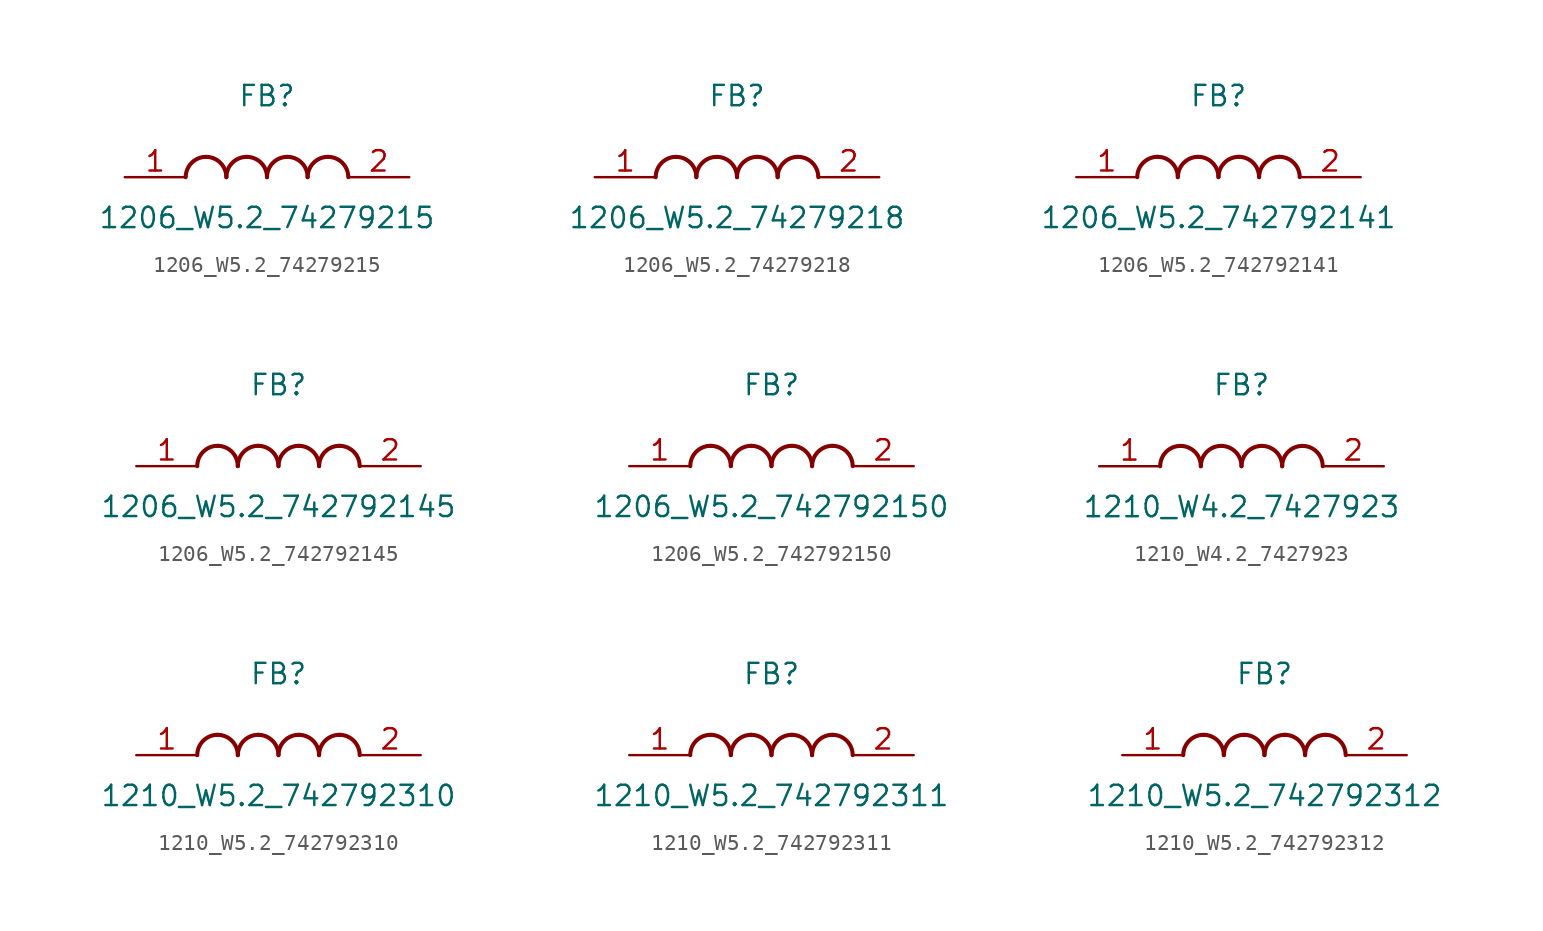
<source format=kicad_sym>
(kicad_symbol_lib
  (version 20211014)
  (generator kicad_symbol_editor)
  (symbol "Ferrite_Wurth_WE-CBF:1206_W5.2_74279215"
    (pin_names hide)
    (property "Reference" "FB"
      (at 0 5.08 0)
      (effects (font (size 1.27 1.27))))
    (property "Value" "1206_W5.2_74279215"
      (at 0 -2.54 0)
      (effects (font (size 1.27 1.27))))
    (symbol "1206_W5.2_74279215_0_1"
      (arc (start -3.81 1.27) (mid -4.708 0.898) (end -5.08 0) (stroke (width 0.254) (type default)) (fill (type none)))
      (arc (start -2.54 0) (mid -2.912 0.898) (end -3.81 1.27) (stroke (width 0.254) (type default)) (fill (type none)))
      (arc (start -1.2699 1.2701) (mid -2.1679 0.8981) (end -2.5399 0.0001) (stroke (width 0.254) (type default)) (fill (type none)))
      (arc (start 0.0001 0.0001) (mid -0.3719 0.8981) (end -1.2699 1.2701) (stroke (width 0.254) (type default)) (fill (type none)))
      (arc (start 1.2701 1.2701) (mid 0.3721 0.8981) (end 0.0001 0.0001) (stroke (width 0.254) (type default)) (fill (type none)))
      (arc (start 2.5401 0.0001) (mid 2.1681 0.8981) (end 1.2701 1.2701) (stroke (width 0.254) (type default)) (fill (type none)))
      (arc (start 3.8101 1.2701) (mid 2.9121 0.8981) (end 2.5401 0.0001) (stroke (width 0.254) (type default)) (fill (type none)))
      (arc (start 5.0801 0.0001) (mid 4.7081 0.8981) (end 3.8101 1.2701) (stroke (width 0.254) (type default)) (fill (type none))))
    (symbol "1206_W5.2_74279215_1_1"
      (pin passive line (at -8.89 0 0) (length 3.81) (name "1" (effects (font (size 1.27 1.27)))) (number "1" (effects (font (size 1.27 1.27)))))
      (pin passive line (at 8.89 0 180) (length 3.81) (name "2" (effects (font (size 1.27 1.27)))) (number "2" (effects (font (size 1.27 1.27)))))))
  (symbol "Ferrite_Wurth_WE-CBF:1206_W5.2_74279218"
    (pin_names hide)
    (property "Reference" "FB"
      (at 0 5.08 0)
      (effects (font (size 1.27 1.27))))
    (property "Value" "1206_W5.2_74279218"
      (at 0 -2.54 0)
      (effects (font (size 1.27 1.27))))
    (symbol "1206_W5.2_74279218_0_1"
      (arc (start -3.81 1.27) (mid -4.708 0.898) (end -5.08 0) (stroke (width 0.254) (type default)) (fill (type none)))
      (arc (start -2.54 0) (mid -2.912 0.898) (end -3.81 1.27) (stroke (width 0.254) (type default)) (fill (type none)))
      (arc (start -1.2699 1.2701) (mid -2.1679 0.8981) (end -2.5399 0.0001) (stroke (width 0.254) (type default)) (fill (type none)))
      (arc (start 0.0001 0.0001) (mid -0.3719 0.8981) (end -1.2699 1.2701) (stroke (width 0.254) (type default)) (fill (type none)))
      (arc (start 1.2701 1.2701) (mid 0.3721 0.8981) (end 0.0001 0.0001) (stroke (width 0.254) (type default)) (fill (type none)))
      (arc (start 2.5401 0.0001) (mid 2.1681 0.8981) (end 1.2701 1.2701) (stroke (width 0.254) (type default)) (fill (type none)))
      (arc (start 3.8101 1.2701) (mid 2.9121 0.8981) (end 2.5401 0.0001) (stroke (width 0.254) (type default)) (fill (type none)))
      (arc (start 5.0801 0.0001) (mid 4.7081 0.8981) (end 3.8101 1.2701) (stroke (width 0.254) (type default)) (fill (type none))))
    (symbol "1206_W5.2_74279218_1_1"
      (pin passive line (at -8.89 0 0) (length 3.81) (name "1" (effects (font (size 1.27 1.27)))) (number "1" (effects (font (size 1.27 1.27)))))
      (pin passive line (at 8.89 0 180) (length 3.81) (name "2" (effects (font (size 1.27 1.27)))) (number "2" (effects (font (size 1.27 1.27)))))))
  (symbol "Ferrite_Wurth_WE-CBF:1206_W5.2_742792141"
    (pin_names hide)
    (property "Reference" "FB"
      (at 0 5.08 0)
      (effects (font (size 1.27 1.27))))
    (property "Value" "1206_W5.2_742792141"
      (at 0 -2.54 0)
      (effects (font (size 1.27 1.27))))
    (symbol "1206_W5.2_742792141_0_1"
      (arc (start -3.81 1.27) (mid -4.708 0.898) (end -5.08 0) (stroke (width 0.254) (type default)) (fill (type none)))
      (arc (start -2.54 0) (mid -2.912 0.898) (end -3.81 1.27) (stroke (width 0.254) (type default)) (fill (type none)))
      (arc (start -1.2699 1.2701) (mid -2.1679 0.8981) (end -2.5399 0.0001) (stroke (width 0.254) (type default)) (fill (type none)))
      (arc (start 0.0001 0.0001) (mid -0.3719 0.8981) (end -1.2699 1.2701) (stroke (width 0.254) (type default)) (fill (type none)))
      (arc (start 1.2701 1.2701) (mid 0.3721 0.8981) (end 0.0001 0.0001) (stroke (width 0.254) (type default)) (fill (type none)))
      (arc (start 2.5401 0.0001) (mid 2.1681 0.8981) (end 1.2701 1.2701) (stroke (width 0.254) (type default)) (fill (type none)))
      (arc (start 3.8101 1.2701) (mid 2.9121 0.8981) (end 2.5401 0.0001) (stroke (width 0.254) (type default)) (fill (type none)))
      (arc (start 5.0801 0.0001) (mid 4.7081 0.8981) (end 3.8101 1.2701) (stroke (width 0.254) (type default)) (fill (type none))))
    (symbol "1206_W5.2_742792141_1_1"
      (pin passive line (at -8.89 0 0) (length 3.81) (name "1" (effects (font (size 1.27 1.27)))) (number "1" (effects (font (size 1.27 1.27)))))
      (pin passive line (at 8.89 0 180) (length 3.81) (name "2" (effects (font (size 1.27 1.27)))) (number "2" (effects (font (size 1.27 1.27)))))))
  (symbol "Ferrite_Wurth_WE-CBF:1206_W5.2_742792145"
    (pin_names hide)
    (property "Reference" "FB"
      (at 0 5.08 0)
      (effects (font (size 1.27 1.27))))
    (property "Value" "1206_W5.2_742792145"
      (at 0 -2.54 0)
      (effects (font (size 1.27 1.27))))
    (symbol "1206_W5.2_742792145_0_1"
      (arc (start -3.81 1.27) (mid -4.708 0.898) (end -5.08 0) (stroke (width 0.254) (type default)) (fill (type none)))
      (arc (start -2.54 0) (mid -2.912 0.898) (end -3.81 1.27) (stroke (width 0.254) (type default)) (fill (type none)))
      (arc (start -1.2699 1.2701) (mid -2.1679 0.8981) (end -2.5399 0.0001) (stroke (width 0.254) (type default)) (fill (type none)))
      (arc (start 0.0001 0.0001) (mid -0.3719 0.8981) (end -1.2699 1.2701) (stroke (width 0.254) (type default)) (fill (type none)))
      (arc (start 1.2701 1.2701) (mid 0.3721 0.8981) (end 0.0001 0.0001) (stroke (width 0.254) (type default)) (fill (type none)))
      (arc (start 2.5401 0.0001) (mid 2.1681 0.8981) (end 1.2701 1.2701) (stroke (width 0.254) (type default)) (fill (type none)))
      (arc (start 3.8101 1.2701) (mid 2.9121 0.8981) (end 2.5401 0.0001) (stroke (width 0.254) (type default)) (fill (type none)))
      (arc (start 5.0801 0.0001) (mid 4.7081 0.8981) (end 3.8101 1.2701) (stroke (width 0.254) (type default)) (fill (type none))))
    (symbol "1206_W5.2_742792145_1_1"
      (pin passive line (at -8.89 0 0) (length 3.81) (name "1" (effects (font (size 1.27 1.27)))) (number "1" (effects (font (size 1.27 1.27)))))
      (pin passive line (at 8.89 0 180) (length 3.81) (name "2" (effects (font (size 1.27 1.27)))) (number "2" (effects (font (size 1.27 1.27)))))))
  (symbol "Ferrite_Wurth_WE-CBF:1206_W5.2_742792150"
    (pin_names hide)
    (property "Reference" "FB"
      (at 0 5.08 0)
      (effects (font (size 1.27 1.27))))
    (property "Value" "1206_W5.2_742792150"
      (at 0 -2.54 0)
      (effects (font (size 1.27 1.27))))
    (symbol "1206_W5.2_742792150_0_1"
      (arc (start -3.81 1.27) (mid -4.708 0.898) (end -5.08 0) (stroke (width 0.254) (type default)) (fill (type none)))
      (arc (start -2.54 0) (mid -2.912 0.898) (end -3.81 1.27) (stroke (width 0.254) (type default)) (fill (type none)))
      (arc (start -1.2699 1.2701) (mid -2.1679 0.8981) (end -2.5399 0.0001) (stroke (width 0.254) (type default)) (fill (type none)))
      (arc (start 0.0001 0.0001) (mid -0.3719 0.8981) (end -1.2699 1.2701) (stroke (width 0.254) (type default)) (fill (type none)))
      (arc (start 1.2701 1.2701) (mid 0.3721 0.8981) (end 0.0001 0.0001) (stroke (width 0.254) (type default)) (fill (type none)))
      (arc (start 2.5401 0.0001) (mid 2.1681 0.8981) (end 1.2701 1.2701) (stroke (width 0.254) (type default)) (fill (type none)))
      (arc (start 3.8101 1.2701) (mid 2.9121 0.8981) (end 2.5401 0.0001) (stroke (width 0.254) (type default)) (fill (type none)))
      (arc (start 5.0801 0.0001) (mid 4.7081 0.8981) (end 3.8101 1.2701) (stroke (width 0.254) (type default)) (fill (type none))))
    (symbol "1206_W5.2_742792150_1_1"
      (pin passive line (at -8.89 0 0) (length 3.81) (name "1" (effects (font (size 1.27 1.27)))) (number "1" (effects (font (size 1.27 1.27)))))
      (pin passive line (at 8.89 0 180) (length 3.81) (name "2" (effects (font (size 1.27 1.27)))) (number "2" (effects (font (size 1.27 1.27)))))))
  (symbol "Ferrite_Wurth_WE-CBF:1210_W4.2_7427923"
    (pin_names hide)
    (property "Reference" "FB"
      (at 0 5.08 0)
      (effects (font (size 1.27 1.27))))
    (property "Value" "1210_W4.2_7427923"
      (at 0 -2.54 0)
      (effects (font (size 1.27 1.27))))
    (symbol "1210_W4.2_7427923_0_1"
      (arc (start -3.81 1.27) (mid -4.708 0.898) (end -5.08 0) (stroke (width 0.254) (type default)) (fill (type none)))
      (arc (start -2.54 0) (mid -2.912 0.898) (end -3.81 1.27) (stroke (width 0.254) (type default)) (fill (type none)))
      (arc (start -1.2699 1.2701) (mid -2.1679 0.8981) (end -2.5399 0.0001) (stroke (width 0.254) (type default)) (fill (type none)))
      (arc (start 0.0001 0.0001) (mid -0.3719 0.8981) (end -1.2699 1.2701) (stroke (width 0.254) (type default)) (fill (type none)))
      (arc (start 1.2701 1.2701) (mid 0.3721 0.8981) (end 0.0001 0.0001) (stroke (width 0.254) (type default)) (fill (type none)))
      (arc (start 2.5401 0.0001) (mid 2.1681 0.8981) (end 1.2701 1.2701) (stroke (width 0.254) (type default)) (fill (type none)))
      (arc (start 3.8101 1.2701) (mid 2.9121 0.8981) (end 2.5401 0.0001) (stroke (width 0.254) (type default)) (fill (type none)))
      (arc (start 5.0801 0.0001) (mid 4.7081 0.8981) (end 3.8101 1.2701) (stroke (width 0.254) (type default)) (fill (type none))))
    (symbol "1210_W4.2_7427923_1_1"
      (pin passive line (at -8.89 0 0) (length 3.81) (name "1" (effects (font (size 1.27 1.27)))) (number "1" (effects (font (size 1.27 1.27)))))
      (pin passive line (at 8.89 0 180) (length 3.81) (name "2" (effects (font (size 1.27 1.27)))) (number "2" (effects (font (size 1.27 1.27)))))))
  (symbol "Ferrite_Wurth_WE-CBF:1210_W5.2_742792310"
    (pin_names hide)
    (property "Reference" "FB"
      (at 0 5.08 0)
      (effects (font (size 1.27 1.27))))
    (property "Value" "1210_W5.2_742792310"
      (at 0 -2.54 0)
      (effects (font (size 1.27 1.27))))
    (symbol "1210_W5.2_742792310_0_1"
      (arc (start -3.81 1.27) (mid -4.708 0.898) (end -5.08 0) (stroke (width 0.254) (type default)) (fill (type none)))
      (arc (start -2.54 0) (mid -2.912 0.898) (end -3.81 1.27) (stroke (width 0.254) (type default)) (fill (type none)))
      (arc (start -1.2699 1.2701) (mid -2.1679 0.8981) (end -2.5399 0.0001) (stroke (width 0.254) (type default)) (fill (type none)))
      (arc (start 0.0001 0.0001) (mid -0.3719 0.8981) (end -1.2699 1.2701) (stroke (width 0.254) (type default)) (fill (type none)))
      (arc (start 1.2701 1.2701) (mid 0.3721 0.8981) (end 0.0001 0.0001) (stroke (width 0.254) (type default)) (fill (type none)))
      (arc (start 2.5401 0.0001) (mid 2.1681 0.8981) (end 1.2701 1.2701) (stroke (width 0.254) (type default)) (fill (type none)))
      (arc (start 3.8101 1.2701) (mid 2.9121 0.8981) (end 2.5401 0.0001) (stroke (width 0.254) (type default)) (fill (type none)))
      (arc (start 5.0801 0.0001) (mid 4.7081 0.8981) (end 3.8101 1.2701) (stroke (width 0.254) (type default)) (fill (type none))))
    (symbol "1210_W5.2_742792310_1_1"
      (pin passive line (at -8.89 0 0) (length 3.81) (name "1" (effects (font (size 1.27 1.27)))) (number "1" (effects (font (size 1.27 1.27)))))
      (pin passive line (at 8.89 0 180) (length 3.81) (name "2" (effects (font (size 1.27 1.27)))) (number "2" (effects (font (size 1.27 1.27)))))))
  (symbol "Ferrite_Wurth_WE-CBF:1210_W5.2_742792311"
    (pin_names hide)
    (property "Reference" "FB"
      (at 0 5.08 0)
      (effects (font (size 1.27 1.27))))
    (property "Value" "1210_W5.2_742792311"
      (at 0 -2.54 0)
      (effects (font (size 1.27 1.27))))
    (symbol "1210_W5.2_742792311_0_1"
      (arc (start -3.81 1.27) (mid -4.708 0.898) (end -5.08 0) (stroke (width 0.254) (type default)) (fill (type none)))
      (arc (start -2.54 0) (mid -2.912 0.898) (end -3.81 1.27) (stroke (width 0.254) (type default)) (fill (type none)))
      (arc (start -1.2699 1.2701) (mid -2.1679 0.8981) (end -2.5399 0.0001) (stroke (width 0.254) (type default)) (fill (type none)))
      (arc (start 0.0001 0.0001) (mid -0.3719 0.8981) (end -1.2699 1.2701) (stroke (width 0.254) (type default)) (fill (type none)))
      (arc (start 1.2701 1.2701) (mid 0.3721 0.8981) (end 0.0001 0.0001) (stroke (width 0.254) (type default)) (fill (type none)))
      (arc (start 2.5401 0.0001) (mid 2.1681 0.8981) (end 1.2701 1.2701) (stroke (width 0.254) (type default)) (fill (type none)))
      (arc (start 3.8101 1.2701) (mid 2.9121 0.8981) (end 2.5401 0.0001) (stroke (width 0.254) (type default)) (fill (type none)))
      (arc (start 5.0801 0.0001) (mid 4.7081 0.8981) (end 3.8101 1.2701) (stroke (width 0.254) (type default)) (fill (type none))))
    (symbol "1210_W5.2_742792311_1_1"
      (pin passive line (at -8.89 0 0) (length 3.81) (name "1" (effects (font (size 1.27 1.27)))) (number "1" (effects (font (size 1.27 1.27)))))
      (pin passive line (at 8.89 0 180) (length 3.81) (name "2" (effects (font (size 1.27 1.27)))) (number "2" (effects (font (size 1.27 1.27)))))))
  (symbol "Ferrite_Wurth_WE-CBF:1210_W5.2_742792312"
    (pin_names hide)
    (property "Reference" "FB"
      (at 0 5.08 0)
      (effects (font (size 1.27 1.27))))
    (property "Value" "1210_W5.2_742792312"
      (at 0 -2.54 0)
      (effects (font (size 1.27 1.27))))
    (symbol "1210_W5.2_742792312_0_1"
      (arc (start -3.81 1.27) (mid -4.708 0.898) (end -5.08 0) (stroke (width 0.254) (type default)) (fill (type none)))
      (arc (start -2.54 0) (mid -2.912 0.898) (end -3.81 1.27) (stroke (width 0.254) (type default)) (fill (type none)))
      (arc (start -1.2699 1.2701) (mid -2.1679 0.8981) (end -2.5399 0.0001) (stroke (width 0.254) (type default)) (fill (type none)))
      (arc (start 0.0001 0.0001) (mid -0.3719 0.8981) (end -1.2699 1.2701) (stroke (width 0.254) (type default)) (fill (type none)))
      (arc (start 1.2701 1.2701) (mid 0.3721 0.8981) (end 0.0001 0.0001) (stroke (width 0.254) (type default)) (fill (type none)))
      (arc (start 2.5401 0.0001) (mid 2.1681 0.8981) (end 1.2701 1.2701) (stroke (width 0.254) (type default)) (fill (type none)))
      (arc (start 3.8101 1.2701) (mid 2.9121 0.8981) (end 2.5401 0.0001) (stroke (width 0.254) (type default)) (fill (type none)))
      (arc (start 5.0801 0.0001) (mid 4.7081 0.8981) (end 3.8101 1.2701) (stroke (width 0.254) (type default)) (fill (type none))))
    (symbol "1210_W5.2_742792312_1_1"
      (pin passive line (at -8.89 0 0) (length 3.81) (name "1" (effects (font (size 1.27 1.27)))) (number "1" (effects (font (size 1.27 1.27)))))
      (pin passive line (at 8.89 0 180) (length 3.81) (name "2" (effects (font (size 1.27 1.27)))) (number "2" (effects (font (size 1.27 1.27))))))))
</source>
